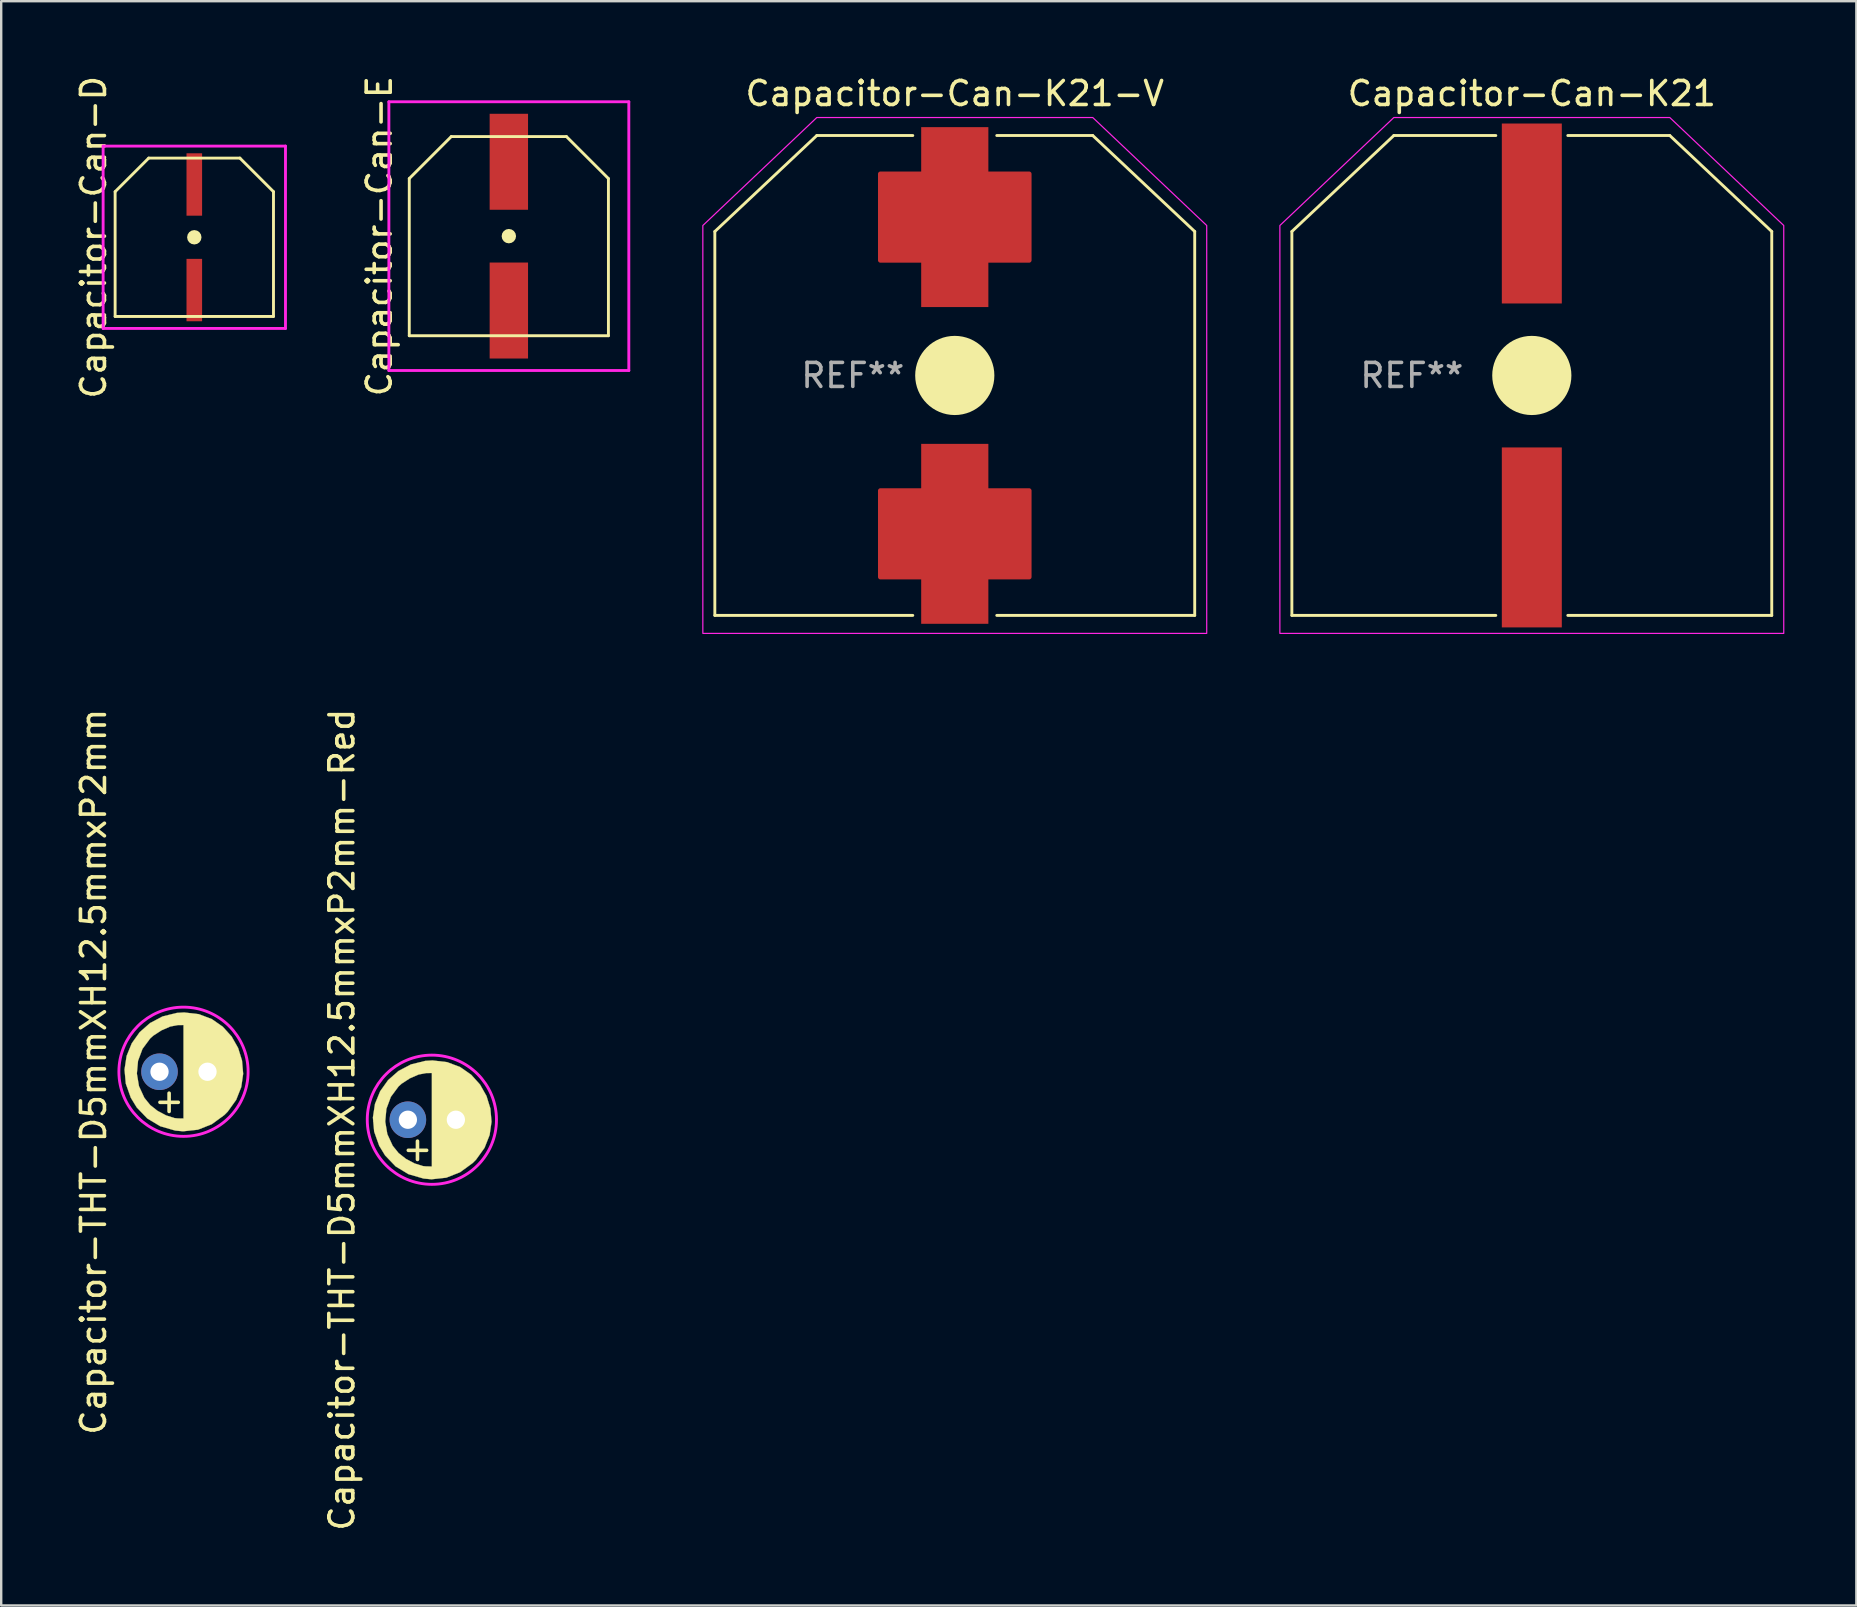
<source format=kicad_pcb>
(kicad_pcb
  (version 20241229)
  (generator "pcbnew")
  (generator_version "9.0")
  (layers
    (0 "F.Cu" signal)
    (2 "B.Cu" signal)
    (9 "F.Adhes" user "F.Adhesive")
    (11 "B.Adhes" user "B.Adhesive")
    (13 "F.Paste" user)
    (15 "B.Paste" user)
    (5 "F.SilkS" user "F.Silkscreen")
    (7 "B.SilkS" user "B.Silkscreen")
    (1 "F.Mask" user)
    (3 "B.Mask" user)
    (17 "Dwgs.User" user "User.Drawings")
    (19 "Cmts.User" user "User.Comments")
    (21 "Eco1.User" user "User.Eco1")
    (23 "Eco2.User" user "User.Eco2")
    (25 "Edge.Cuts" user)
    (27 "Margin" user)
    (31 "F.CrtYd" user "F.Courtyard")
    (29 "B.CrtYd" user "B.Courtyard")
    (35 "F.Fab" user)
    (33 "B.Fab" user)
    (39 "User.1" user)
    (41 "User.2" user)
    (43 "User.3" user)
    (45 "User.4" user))
  (footprint "Capacitor-THT-D5mmXH12.5mmxP2mm"
    (layer "F.Cu")
    (at 4.598 41.617)
    (property "Reference" "Capacitor-THT-D5mmXH12.5mmxP2mm" (at -3.75 0 270) (layer "F.SilkS") (effects (font (size 1 1) (thickness 0.15))))
    (attr through_hole)
    (fp_poly (pts (xy 0.639 -2.4) (xy 1.18 -2.195) (xy 1.638 -1.876) (xy 2.007 -1.467) (xy 2.277 -0.989) (xy 2.439 -0.465) (xy 2.486 0.085) (xy 2.407 0.637) (xy 2.196 1.17) (xy 1.843 1.662) (xy 1.703 1.803) (xy 1.178 2.187) (xy 0.6 2.415) (xy -0.015 2.482) (xy -0.345 2.451) (xy -0.972 2.27) (xy -1.51 1.946) (xy -1.95 1.487) (xy -2.196 1.084) (xy -2.405 0.496) (xy -2.443 0.075) (xy -1.944 0.075) (xy -1.856 0.6) (xy -1.633 1.084) (xy -1.388 1.388) (xy -1.083 1.629) (xy -0.723 1.82) (xy -0.373 1.931) (xy -0.233 1.945) (xy 0 1.947) (xy 0 -1.947) (xy -0.233 -1.945) (xy -0.554 -1.884) (xy -0.917 -1.726) (xy -1.257 -1.505) (xy -1.388 -1.388) (xy -1.709 -0.954) (xy -1.895 -0.455) (xy -1.944 0.075) (xy -2.443 0.075) (xy -2.458 -0.093) (xy -2.371 -0.661) (xy -2.155 -1.188) (xy -1.825 -1.651) (xy -1.393 -2.031) (xy -0.874 -2.305) (xy -0.279 -2.452) (xy 0.026 -2.471) (xy 0.639 -2.4)) (stroke (width 0.01) (type solid)) (fill yes) (layer "F.SilkS"))
    (fp_circle (center 0 0) (end 2.5 1) (stroke (width 0.12) (type solid)) (fill no) (layer "F.CrtYd"))
    (fp_text user "+" (at -0.6 1.2 0) (layer "F.SilkS") (effects (font (size 1 1) (thickness 0.15))))
    (pad "A" thru_hole circle (at -1 0) (size 1.524 1.524) (drill 0.762) (layers "*.Cu" "*.Mask"))
    (pad "C" thru_hole circle (at 1 0) (size 1.524 1.524) (drill 0.762) (layers "*.Cu" "*.Mask")))
  (footprint "Capacitor-THT-D5mmXH12.5mmxP2mm-Red"
    (layer "F.Cu")
    (at 14.949 43.617)
    (property "Reference" "Capacitor-THT-D5mmXH12.5mmxP2mm-Red" (at -3.75 0 270) (layer "F.SilkS") (effects (font (size 1 1) (thickness 0.15))))
    (attr through_hole)
    (fp_poly (pts (xy 0.639 -2.4) (xy 1.18 -2.195) (xy 1.638 -1.876) (xy 2.007 -1.467) (xy 2.277 -0.989) (xy 2.439 -0.465) (xy 2.486 0.085) (xy 2.407 0.637) (xy 2.196 1.17) (xy 1.843 1.662) (xy 1.703 1.803) (xy 1.178 2.187) (xy 0.6 2.415) (xy -0.015 2.482) (xy -0.345 2.451) (xy -0.972 2.27) (xy -1.51 1.946) (xy -1.95 1.487) (xy -2.196 1.084) (xy -2.405 0.496) (xy -2.443 0.075) (xy -1.944 0.075) (xy -1.856 0.6) (xy -1.633 1.084) (xy -1.388 1.388) (xy -1.083 1.629) (xy -0.723 1.82) (xy -0.373 1.931) (xy -0.233 1.945) (xy 0 1.947) (xy 0 -1.947) (xy -0.233 -1.945) (xy -0.554 -1.884) (xy -0.917 -1.726) (xy -1.257 -1.505) (xy -1.388 -1.388) (xy -1.709 -0.954) (xy -1.895 -0.455) (xy -1.944 0.075) (xy -2.443 0.075) (xy -2.458 -0.093) (xy -2.371 -0.661) (xy -2.155 -1.188) (xy -1.825 -1.651) (xy -1.393 -2.031) (xy -0.874 -2.305) (xy -0.279 -2.452) (xy 0.026 -2.471) (xy 0.639 -2.4)) (stroke (width 0.01) (type solid)) (fill yes) (layer "F.SilkS"))
    (fp_circle (center 0 0) (end 2.5 1) (stroke (width 0.12) (type solid)) (fill no) (layer "F.CrtYd"))
    (fp_text user "+" (at -0.6 1.2 0) (layer "F.SilkS") (effects (font (size 1 1) (thickness 0.15))))
    (pad "A" thru_hole circle (at -1 0) (size 1.524 1.524) (drill 0.762) (layers "*.Cu" "*.Mask"))
    (pad "C" thru_hole circle (at 1 0) (size 1.524 1.524) (drill 0.762) (layers "*.Cu" "*.Mask")))
  (footprint "Capacitor-Can-D"
    (layer "F.Cu")
    (at 5.048 6.839)
    (property "Reference" "Capacitor-Can-D" (at -4.2 0 90) (layer "F.SilkS") (effects (font (size 1 1) (thickness 0.15))))
    (attr through_hole)
    (fp_line (start -3.3 -1.9) (end -1.9 -3.3) (stroke (width 0.12) (type solid)) (layer "F.SilkS"))
    (fp_line (start -3.3 3.3) (end -3.3 -1.9) (stroke (width 0.12) (type solid)) (layer "F.SilkS"))
    (fp_line (start -1.9 -3.3) (end 1.9 -3.3) (stroke (width 0.12) (type solid)) (layer "F.SilkS"))
    (fp_line (start 3.3 -1.9) (end 1.9 -3.3) (stroke (width 0.12) (type solid)) (layer "F.SilkS"))
    (fp_line (start 3.3 -1.9) (end 3.3 3.3) (stroke (width 0.12) (type solid)) (layer "F.SilkS"))
    (fp_line (start 3.3 3.3) (end -3.3 3.3) (stroke (width 0.12) (type solid)) (layer "F.SilkS"))
    (fp_circle (center 0 0) (end 0.15 0) (stroke (width 0.3) (type solid)) (fill no) (layer "F.SilkS"))
    (fp_line (start -3.8 -3.8) (end -3.8 3.8) (stroke (width 0.12) (type solid)) (layer "F.CrtYd"))
    (fp_line (start -3.8 3.8) (end 3.8 3.8) (stroke (width 0.12) (type solid)) (layer "F.CrtYd"))
    (fp_line (start 3.8 -3.8) (end -3.8 -3.8) (stroke (width 0.12) (type solid)) (layer "F.CrtYd"))
    (fp_line (start 3.8 3.8) (end 3.8 -3.8) (stroke (width 0.12) (type solid)) (layer "F.CrtYd"))
    (pad "A" smd rect (at 0 -2.2) (size 0.65 2.6) (layers "F.Cu" "F.Mask" "F.Paste"))
    (pad "C" smd rect (at 0 2.2) (size 0.65 2.6) (layers "F.Cu" "F.Mask" "F.Paste")))
  (footprint "Capacitor-Can-K21"
    (layer "F.Cu")
    (at 60.791 12.598)
    (property "Reference" "Capacitor-Can-K21" (at 0 -11.75 180) (layer "F.SilkS") (effects (font (size 1 1) (thickness 0.15))))
    (attr smd)
    (fp_line (start -10 -6) (end -10 10) (stroke (width 0.12) (type solid)) (layer "F.SilkS"))
    (fp_line (start -10 -6) (end -5.75 -10) (stroke (width 0.12) (type solid)) (layer "F.SilkS"))
    (fp_line (start -10 10) (end -1.5 10) (stroke (width 0.12) (type solid)) (layer "F.SilkS"))
    (fp_line (start -1.5 -10) (end -5.75 -10) (stroke (width 0.12) (type solid)) (layer "F.SilkS"))
    (fp_line (start 1.5 -10) (end 5.75 -10) (stroke (width 0.12) (type solid)) (layer "F.SilkS"))
    (fp_line (start 10 -6) (end 5.75 -10) (stroke (width 0.12) (type solid)) (layer "F.SilkS"))
    (fp_line (start 10 -6) (end 10 10) (stroke (width 0.12) (type solid)) (layer "F.SilkS"))
    (fp_line (start 10 10) (end 1.5 10) (stroke (width 0.12) (type solid)) (layer "F.SilkS"))
    (fp_circle (center 0 0) (end 1.5 0) (stroke (width 0.3) (type solid)) (fill yes) (layer "F.SilkS"))
    (fp_poly (pts (xy 10.5 -6.25) (xy 10.5 10.75) (xy -10.5 10.75) (xy -10.5 -6.25) (xy -5.75 -10.75) (xy 5.75 -10.75)) (stroke (width 0.05) (type solid)) (fill no) (layer "F.CrtYd"))
    (fp_text user "REF**" (at -5 0 0) (unlocked yes) (layer "F.Fab") (effects (font (size 1 1) (thickness 0.15))))
    (pad "A" smd rect (at 0 -6.75) (size 2.5 7.5) (layers "F.Cu" "F.Mask" "F.Paste"))
    (pad "C" smd rect (at 0 6.75) (size 2.5 7.5) (layers "F.Cu" "F.Mask" "F.Paste")))
  (footprint "Capacitor-Can-K21-V"
    (layer "F.Cu")
    (at 36.742 12.598)
    (property "Reference" "Capacitor-Can-K21-V" (at 0 -11.75 180) (layer "F.SilkS") (effects (font (size 1 1) (thickness 0.15))))
    (attr smd)
    (fp_line (start -10 -6) (end -10 10) (stroke (width 0.12) (type solid)) (layer "F.SilkS"))
    (fp_line (start -10 -6) (end -5.75 -10) (stroke (width 0.12) (type solid)) (layer "F.SilkS"))
    (fp_line (start -10 10) (end -1.75 10) (stroke (width 0.12) (type solid)) (layer "F.SilkS"))
    (fp_line (start -1.75 -10) (end -5.75 -10) (stroke (width 0.12) (type solid)) (layer "F.SilkS"))
    (fp_line (start 1.75 -10) (end 5.75 -10) (stroke (width 0.12) (type solid)) (layer "F.SilkS"))
    (fp_line (start 10 -6) (end 5.75 -10) (stroke (width 0.12) (type solid)) (layer "F.SilkS"))
    (fp_line (start 10 -6) (end 10 10) (stroke (width 0.12) (type solid)) (layer "F.SilkS"))
    (fp_line (start 10 10) (end 1.75 10) (stroke (width 0.12) (type solid)) (layer "F.SilkS"))
    (fp_circle (center 0 0) (end 1.5 0) (stroke (width 0.3) (type solid)) (fill yes) (layer "F.SilkS"))
    (fp_poly (pts (xy 10.5 -6.25) (xy 10.5 10.75) (xy -10.5 10.75) (xy -10.5 -6.25) (xy -5.75 -10.75) (xy 5.75 -10.75)) (stroke (width 0.05) (type solid)) (fill no) (layer "F.CrtYd"))
    (fp_text user "REF**" (at -4.25 0 0) (unlocked yes) (layer "F.Fab") (effects (font (size 1 1) (thickness 0.15))))
    (pad "A" smd custom (at 0 -6.6) (size 2.8 7.5) (layers "F.Cu" "F.Mask" "F.Paste") (options (anchor rect)) (primitives (gr_rect (start -3.1 -1.8) (end 3.1 1.8) (width 0.2) (fill yes))))
    (pad "C" smd custom (at 0 6.6) (size 2.8 7.5) (layers "F.Cu" "F.Mask" "F.Paste") (options (anchor rect)) (primitives (gr_rect (start -3.1 -1.8) (end 3.1 1.8) (width 0.2) (fill yes)))))
  (footprint "Capacitor-Can-E"
    (layer "F.Cu")
    (at 18.157 6.792)
    (property "Reference" "Capacitor-Can-E" (at -5.4 0 90) (layer "F.SilkS") (effects (font (size 1 1) (thickness 0.15))))
    (attr smd)
    (fp_line (start -4.15 -2.4) (end -2.4 -4.15) (stroke (width 0.12) (type solid)) (layer "F.SilkS"))
    (fp_line (start -4.15 4.15) (end -4.15 -2.4) (stroke (width 0.12) (type solid)) (layer "F.SilkS"))
    (fp_line (start -2.4 -4.15) (end 2.4 -4.15) (stroke (width 0.12) (type solid)) (layer "F.SilkS"))
    (fp_line (start 4.15 -2.4) (end 2.4 -4.15) (stroke (width 0.12) (type solid)) (layer "F.SilkS"))
    (fp_line (start 4.15 -2.4) (end 4.15 4.15) (stroke (width 0.12) (type solid)) (layer "F.SilkS"))
    (fp_line (start 4.15 4.15) (end -4.15 4.15) (stroke (width 0.12) (type solid)) (layer "F.SilkS"))
    (fp_circle (center 0 0) (end 0.15 0) (stroke (width 0.3) (type solid)) (fill no) (layer "F.SilkS"))
    (fp_line (start -5 -5.6) (end -5 5.6) (stroke (width 0.12) (type solid)) (layer "F.CrtYd"))
    (fp_line (start -5 5.6) (end 5 5.6) (stroke (width 0.12) (type solid)) (layer "F.CrtYd"))
    (fp_line (start 5 -5.6) (end -5 -5.6) (stroke (width 0.12) (type solid)) (layer "F.CrtYd"))
    (fp_line (start 5 5.6) (end 5 -5.6) (stroke (width 0.12) (type solid)) (layer "F.CrtYd"))
    (pad "A" smd rect (at 0 -3.1) (size 1.6 4) (layers "F.Cu" "F.Mask" "F.Paste"))
    (pad "C" smd rect (at 0 3.1) (size 1.6 4) (layers "F.Cu" "F.Mask" "F.Paste")))
  (gr_rect
    (start -3 -3)
    (end 74.317 63.861)
    (stroke (width 0.1) (type default))
    (fill no)
    (layer "Edge.Cuts")))
</source>
